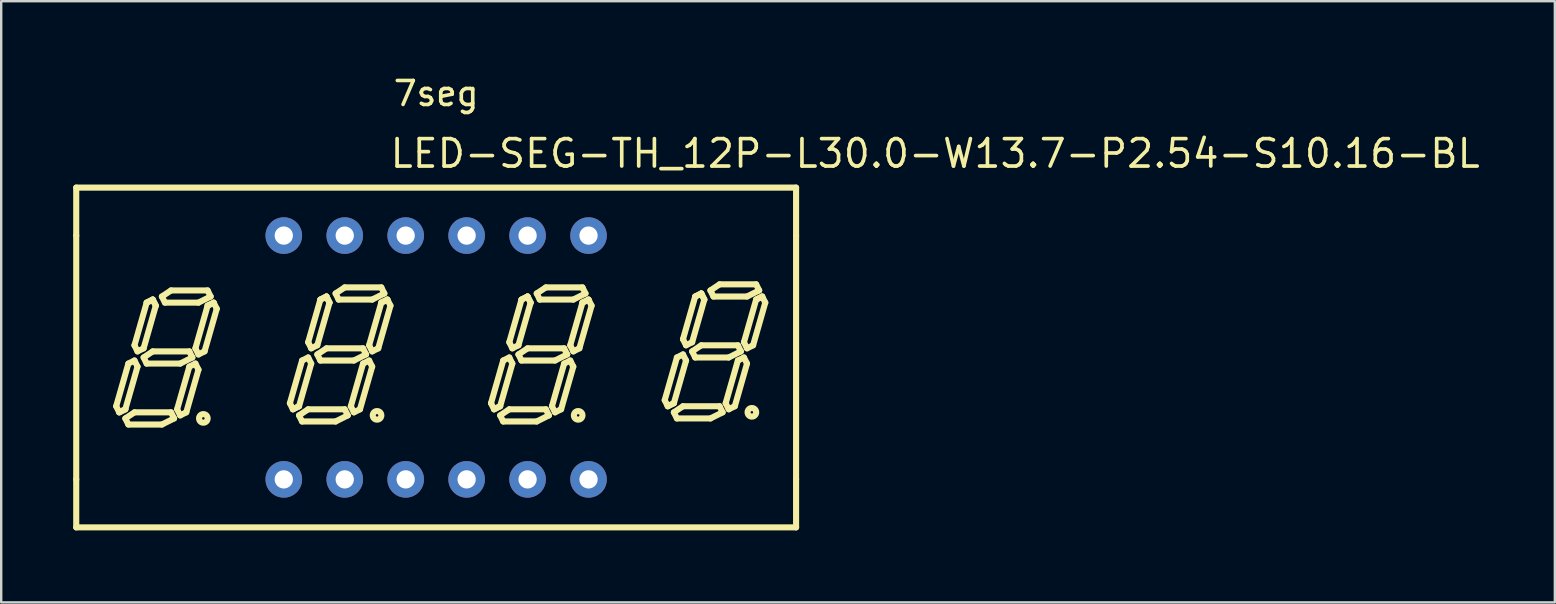
<source format=kicad_pcb>
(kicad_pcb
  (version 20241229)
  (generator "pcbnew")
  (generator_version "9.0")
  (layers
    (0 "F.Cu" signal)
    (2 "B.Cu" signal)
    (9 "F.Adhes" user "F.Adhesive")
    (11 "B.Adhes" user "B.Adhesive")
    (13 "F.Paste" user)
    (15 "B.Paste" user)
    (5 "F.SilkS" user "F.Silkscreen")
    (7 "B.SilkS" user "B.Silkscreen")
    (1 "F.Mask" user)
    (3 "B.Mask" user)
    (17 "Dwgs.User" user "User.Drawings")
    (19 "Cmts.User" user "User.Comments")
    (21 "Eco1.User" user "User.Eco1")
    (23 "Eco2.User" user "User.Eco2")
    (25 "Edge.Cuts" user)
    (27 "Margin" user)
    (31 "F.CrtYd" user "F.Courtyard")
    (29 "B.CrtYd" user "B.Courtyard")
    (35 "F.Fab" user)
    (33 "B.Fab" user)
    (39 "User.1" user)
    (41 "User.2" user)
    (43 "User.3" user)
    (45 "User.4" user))
  (footprint "LED-SEG-TH_12P-L30.0-W13.7-P2.54-S10.16-BL"
    (layer "F.Cu")
    (at 15.127 11.848)
    (property "Reference" "LED-SEG-TH_12P-L30.0-W13.7-P2.54-S10.16-BL" (at -2 -8.5 0) (layer "F.SilkS") (effects (font (size 1.143 1.143) (thickness 0.152)) (justify left)))
    (attr through_hole)
    (fp_line (start -15 -7.08) (end 15 -7.08) (stroke (width 0.254) (type solid)) (layer "F.SilkS"))
    (fp_line (start -15 -5.08) (end -15 -7.08) (stroke (width 0.254) (type solid)) (layer "F.SilkS"))
    (fp_line (start -15 5.08) (end -15 -5.08) (stroke (width 0.254) (type solid)) (layer "F.SilkS"))
    (fp_line (start -15 7.08) (end -15 5.08) (stroke (width 0.254) (type solid)) (layer "F.SilkS"))
    (fp_line (start -13.335 2.032) (end -13.208 2.286) (stroke (width 0.254) (type solid)) (layer "F.SilkS"))
    (fp_line (start -13.208 2.286) (end -12.954 2.159) (stroke (width 0.254) (type solid)) (layer "F.SilkS"))
    (fp_line (start -13.208 2.286) (end -12.954 2.159) (stroke (width 0.254) (type solid)) (layer "F.SilkS"))
    (fp_line (start -12.954 2.159) (end -12.446 0.381) (stroke (width 0.254) (type solid)) (layer "F.SilkS"))
    (fp_line (start -12.954 2.54) (end -12.573 2.286) (stroke (width 0.254) (type solid)) (layer "F.SilkS"))
    (fp_line (start -12.827 0.254) (end -13.335 2.032) (stroke (width 0.254) (type solid)) (layer "F.SilkS"))
    (fp_line (start -12.827 2.794) (end -12.954 2.54) (stroke (width 0.254) (type solid)) (layer "F.SilkS"))
    (fp_line (start -12.573 -0.508) (end -12.446 -0.254) (stroke (width 0.254) (type solid)) (layer "F.SilkS"))
    (fp_line (start -12.573 0.127) (end -12.827 0.254) (stroke (width 0.254) (type solid)) (layer "F.SilkS"))
    (fp_line (start -12.573 2.286) (end -11.049 2.286) (stroke (width 0.254) (type solid)) (layer "F.SilkS"))
    (fp_line (start -12.446 -0.254) (end -12.192 -0.381) (stroke (width 0.254) (type solid)) (layer "F.SilkS"))
    (fp_line (start -12.446 0.381) (end -12.573 0.127) (stroke (width 0.254) (type solid)) (layer "F.SilkS"))
    (fp_line (start -12.192 -0.381) (end -11.684 -2.159) (stroke (width 0.254) (type solid)) (layer "F.SilkS"))
    (fp_line (start -12.192 0) (end -11.811 -0.254) (stroke (width 0.254) (type solid)) (layer "F.SilkS"))
    (fp_line (start -12.065 -2.286) (end -12.573 -0.508) (stroke (width 0.254) (type solid)) (layer "F.SilkS"))
    (fp_line (start -12.065 -2.286) (end -11.811 -2.413) (stroke (width 0.254) (type solid)) (layer "F.SilkS"))
    (fp_line (start -12.065 0.254) (end -12.192 0) (stroke (width 0.254) (type solid)) (layer "F.SilkS"))
    (fp_line (start -11.811 -2.413) (end -12.065 -2.286) (stroke (width 0.254) (type solid)) (layer "F.SilkS"))
    (fp_line (start -11.811 -2.413) (end -11.684 -2.159) (stroke (width 0.254) (type solid)) (layer "F.SilkS"))
    (fp_line (start -11.811 -0.254) (end -10.287 -0.254) (stroke (width 0.254) (type solid)) (layer "F.SilkS"))
    (fp_line (start -11.684 -2.159) (end -11.811 -2.413) (stroke (width 0.254) (type solid)) (layer "F.SilkS"))
    (fp_line (start -11.43 -2.54) (end -11.049 -2.794) (stroke (width 0.254) (type solid)) (layer "F.SilkS"))
    (fp_line (start -11.43 2.794) (end -12.827 2.794) (stroke (width 0.254) (type solid)) (layer "F.SilkS"))
    (fp_line (start -11.303 -2.286) (end -11.43 -2.54) (stroke (width 0.254) (type solid)) (layer "F.SilkS"))
    (fp_line (start -11.049 -2.794) (end -9.525 -2.794) (stroke (width 0.254) (type solid)) (layer "F.SilkS"))
    (fp_line (start -11.049 2.286) (end -10.922 2.54) (stroke (width 0.254) (type solid)) (layer "F.SilkS"))
    (fp_line (start -10.922 2.54) (end -11.43 2.794) (stroke (width 0.254) (type solid)) (layer "F.SilkS"))
    (fp_line (start -10.795 2.159) (end -10.668 2.413) (stroke (width 0.254) (type solid)) (layer "F.SilkS"))
    (fp_line (start -10.668 0.254) (end -12.065 0.254) (stroke (width 0.254) (type solid)) (layer "F.SilkS"))
    (fp_line (start -10.668 2.413) (end -10.414 2.286) (stroke (width 0.254) (type solid)) (layer "F.SilkS"))
    (fp_line (start -10.414 2.286) (end -9.906 0.508) (stroke (width 0.254) (type solid)) (layer "F.SilkS"))
    (fp_line (start -10.287 -0.254) (end -10.16 0) (stroke (width 0.254) (type solid)) (layer "F.SilkS"))
    (fp_line (start -10.287 0.381) (end -10.795 2.159) (stroke (width 0.254) (type solid)) (layer "F.SilkS"))
    (fp_line (start -10.16 0) (end -10.668 0.254) (stroke (width 0.254) (type solid)) (layer "F.SilkS"))
    (fp_line (start -10.033 -0.381) (end -9.525 -2.159) (stroke (width 0.254) (type solid)) (layer "F.SilkS"))
    (fp_line (start -10.033 0.254) (end -10.287 0.381) (stroke (width 0.254) (type solid)) (layer "F.SilkS"))
    (fp_line (start -9.906 -2.286) (end -11.303 -2.286) (stroke (width 0.254) (type solid)) (layer "F.SilkS"))
    (fp_line (start -9.906 -0.127) (end -10.033 -0.381) (stroke (width 0.254) (type solid)) (layer "F.SilkS"))
    (fp_line (start -9.906 0.508) (end -10.033 0.254) (stroke (width 0.254) (type solid)) (layer "F.SilkS"))
    (fp_line (start -9.652 -0.254) (end -9.906 -0.127) (stroke (width 0.254) (type solid)) (layer "F.SilkS"))
    (fp_line (start -9.525 -2.794) (end -9.398 -2.54) (stroke (width 0.254) (type solid)) (layer "F.SilkS"))
    (fp_line (start -9.525 -2.159) (end -9.271 -2.286) (stroke (width 0.254) (type solid)) (layer "F.SilkS"))
    (fp_line (start -9.398 -2.54) (end -9.906 -2.286) (stroke (width 0.254) (type solid)) (layer "F.SilkS"))
    (fp_line (start -9.271 -2.286) (end -9.525 -2.159) (stroke (width 0.254) (type solid)) (layer "F.SilkS"))
    (fp_line (start -9.271 -2.286) (end -9.144 -2.032) (stroke (width 0.254) (type solid)) (layer "F.SilkS"))
    (fp_line (start -9.144 -2.032) (end -9.652 -0.254) (stroke (width 0.254) (type solid)) (layer "F.SilkS"))
    (fp_line (start -6.096 1.905) (end -5.969 2.159) (stroke (width 0.254) (type solid)) (layer "F.SilkS"))
    (fp_line (start -5.969 2.159) (end -5.715 2.032) (stroke (width 0.254) (type solid)) (layer "F.SilkS"))
    (fp_line (start -5.969 2.159) (end -5.715 2.032) (stroke (width 0.254) (type solid)) (layer "F.SilkS"))
    (fp_line (start -5.715 2.032) (end -5.207 0.254) (stroke (width 0.254) (type solid)) (layer "F.SilkS"))
    (fp_line (start -5.715 2.413) (end -5.334 2.159) (stroke (width 0.254) (type solid)) (layer "F.SilkS"))
    (fp_line (start -5.588 0.127) (end -6.096 1.905) (stroke (width 0.254) (type solid)) (layer "F.SilkS"))
    (fp_line (start -5.588 2.667) (end -5.715 2.413) (stroke (width 0.254) (type solid)) (layer "F.SilkS"))
    (fp_line (start -5.334 -0.635) (end -5.207 -0.381) (stroke (width 0.254) (type solid)) (layer "F.SilkS"))
    (fp_line (start -5.334 0) (end -5.588 0.127) (stroke (width 0.254) (type solid)) (layer "F.SilkS"))
    (fp_line (start -5.334 2.159) (end -3.81 2.159) (stroke (width 0.254) (type solid)) (layer "F.SilkS"))
    (fp_line (start -5.207 -0.381) (end -4.953 -0.508) (stroke (width 0.254) (type solid)) (layer "F.SilkS"))
    (fp_line (start -5.207 0.254) (end -5.334 0) (stroke (width 0.254) (type solid)) (layer "F.SilkS"))
    (fp_line (start -4.953 -0.508) (end -4.445 -2.286) (stroke (width 0.254) (type solid)) (layer "F.SilkS"))
    (fp_line (start -4.953 -0.127) (end -4.572 -0.381) (stroke (width 0.254) (type solid)) (layer "F.SilkS"))
    (fp_line (start -4.826 -2.413) (end -5.334 -0.635) (stroke (width 0.254) (type solid)) (layer "F.SilkS"))
    (fp_line (start -4.826 0.127) (end -4.953 -0.127) (stroke (width 0.254) (type solid)) (layer "F.SilkS"))
    (fp_line (start -4.572 -2.54) (end -4.826 -2.413) (stroke (width 0.254) (type solid)) (layer "F.SilkS"))
    (fp_line (start -4.572 -2.54) (end -4.826 -2.413) (stroke (width 0.254) (type solid)) (layer "F.SilkS"))
    (fp_line (start -4.572 -0.381) (end -3.048 -0.381) (stroke (width 0.254) (type solid)) (layer "F.SilkS"))
    (fp_line (start -4.445 -2.286) (end -4.572 -2.54) (stroke (width 0.254) (type solid)) (layer "F.SilkS"))
    (fp_line (start -4.445 -2.286) (end -4.572 -2.54) (stroke (width 0.254) (type solid)) (layer "F.SilkS"))
    (fp_line (start -4.191 -2.667) (end -3.81 -2.921) (stroke (width 0.254) (type solid)) (layer "F.SilkS"))
    (fp_line (start -4.191 2.667) (end -5.588 2.667) (stroke (width 0.254) (type solid)) (layer "F.SilkS"))
    (fp_line (start -4.064 -2.413) (end -4.191 -2.667) (stroke (width 0.254) (type solid)) (layer "F.SilkS"))
    (fp_line (start -3.81 -2.921) (end -2.286 -2.921) (stroke (width 0.254) (type solid)) (layer "F.SilkS"))
    (fp_line (start -3.81 2.159) (end -3.683 2.413) (stroke (width 0.254) (type solid)) (layer "F.SilkS"))
    (fp_line (start -3.683 2.413) (end -4.191 2.667) (stroke (width 0.254) (type solid)) (layer "F.SilkS"))
    (fp_line (start -3.556 2.032) (end -3.429 2.286) (stroke (width 0.254) (type solid)) (layer "F.SilkS"))
    (fp_line (start -3.429 0.127) (end -4.826 0.127) (stroke (width 0.254) (type solid)) (layer "F.SilkS"))
    (fp_line (start -3.429 2.286) (end -3.175 2.159) (stroke (width 0.254) (type solid)) (layer "F.SilkS"))
    (fp_line (start -3.175 2.159) (end -2.667 0.381) (stroke (width 0.254) (type solid)) (layer "F.SilkS"))
    (fp_line (start -3.048 -0.381) (end -2.921 -0.127) (stroke (width 0.254) (type solid)) (layer "F.SilkS"))
    (fp_line (start -3.048 0.254) (end -3.556 2.032) (stroke (width 0.254) (type solid)) (layer "F.SilkS"))
    (fp_line (start -2.921 -0.127) (end -3.429 0.127) (stroke (width 0.254) (type solid)) (layer "F.SilkS"))
    (fp_line (start -2.794 -0.508) (end -2.667 -0.254) (stroke (width 0.254) (type solid)) (layer "F.SilkS"))
    (fp_line (start -2.794 0.127) (end -3.048 0.254) (stroke (width 0.254) (type solid)) (layer "F.SilkS"))
    (fp_line (start -2.667 -2.413) (end -4.064 -2.413) (stroke (width 0.254) (type solid)) (layer "F.SilkS"))
    (fp_line (start -2.667 -0.254) (end -2.413 -0.381) (stroke (width 0.254) (type solid)) (layer "F.SilkS"))
    (fp_line (start -2.667 0.381) (end -2.794 0.127) (stroke (width 0.254) (type solid)) (layer "F.SilkS"))
    (fp_line (start -2.413 -0.381) (end -1.905 -2.159) (stroke (width 0.254) (type solid)) (layer "F.SilkS"))
    (fp_line (start -2.286 -2.921) (end -2.159 -2.667) (stroke (width 0.254) (type solid)) (layer "F.SilkS"))
    (fp_line (start -2.286 -2.286) (end -2.794 -0.508) (stroke (width 0.254) (type solid)) (layer "F.SilkS"))
    (fp_line (start -2.286 -2.286) (end -2.032 -2.413) (stroke (width 0.254) (type solid)) (layer "F.SilkS"))
    (fp_line (start -2.159 -2.667) (end -2.667 -2.413) (stroke (width 0.254) (type solid)) (layer "F.SilkS"))
    (fp_line (start -2.032 -2.413) (end -2.286 -2.286) (stroke (width 0.254) (type solid)) (layer "F.SilkS"))
    (fp_line (start -1.905 -2.159) (end -2.032 -2.413) (stroke (width 0.254) (type solid)) (layer "F.SilkS"))
    (fp_line (start 2.286 1.905) (end 2.413 2.159) (stroke (width 0.254) (type solid)) (layer "F.SilkS"))
    (fp_line (start 2.413 2.159) (end 2.667 2.032) (stroke (width 0.254) (type solid)) (layer "F.SilkS"))
    (fp_line (start 2.413 2.159) (end 2.667 2.032) (stroke (width 0.254) (type solid)) (layer "F.SilkS"))
    (fp_line (start 2.667 2.032) (end 3.175 0.254) (stroke (width 0.254) (type solid)) (layer "F.SilkS"))
    (fp_line (start 2.667 2.413) (end 3.048 2.159) (stroke (width 0.254) (type solid)) (layer "F.SilkS"))
    (fp_line (start 2.794 0.127) (end 2.286 1.905) (stroke (width 0.254) (type solid)) (layer "F.SilkS"))
    (fp_line (start 2.794 2.667) (end 2.667 2.413) (stroke (width 0.254) (type solid)) (layer "F.SilkS"))
    (fp_line (start 3.048 -0.635) (end 3.175 -0.381) (stroke (width 0.254) (type solid)) (layer "F.SilkS"))
    (fp_line (start 3.048 0) (end 2.794 0.127) (stroke (width 0.254) (type solid)) (layer "F.SilkS"))
    (fp_line (start 3.048 2.159) (end 4.572 2.159) (stroke (width 0.254) (type solid)) (layer "F.SilkS"))
    (fp_line (start 3.175 -0.381) (end 3.429 -0.508) (stroke (width 0.254) (type solid)) (layer "F.SilkS"))
    (fp_line (start 3.175 0.254) (end 3.048 0) (stroke (width 0.254) (type solid)) (layer "F.SilkS"))
    (fp_line (start 3.429 -0.508) (end 3.937 -2.286) (stroke (width 0.254) (type solid)) (layer "F.SilkS"))
    (fp_line (start 3.429 -0.127) (end 3.81 -0.381) (stroke (width 0.254) (type solid)) (layer "F.SilkS"))
    (fp_line (start 3.556 -2.413) (end 3.048 -0.635) (stroke (width 0.254) (type solid)) (layer "F.SilkS"))
    (fp_line (start 3.556 -2.413) (end 3.81 -2.54) (stroke (width 0.254) (type solid)) (layer "F.SilkS"))
    (fp_line (start 3.556 0.127) (end 3.429 -0.127) (stroke (width 0.254) (type solid)) (layer "F.SilkS"))
    (fp_line (start 3.81 -2.54) (end 3.556 -2.413) (stroke (width 0.254) (type solid)) (layer "F.SilkS"))
    (fp_line (start 3.81 -2.54) (end 3.937 -2.286) (stroke (width 0.254) (type solid)) (layer "F.SilkS"))
    (fp_line (start 3.81 -0.381) (end 5.334 -0.381) (stroke (width 0.254) (type solid)) (layer "F.SilkS"))
    (fp_line (start 3.937 -2.286) (end 3.81 -2.54) (stroke (width 0.254) (type solid)) (layer "F.SilkS"))
    (fp_line (start 4.191 -2.667) (end 4.572 -2.921) (stroke (width 0.254) (type solid)) (layer "F.SilkS"))
    (fp_line (start 4.191 2.667) (end 2.794 2.667) (stroke (width 0.254) (type solid)) (layer "F.SilkS"))
    (fp_line (start 4.318 -2.413) (end 4.191 -2.667) (stroke (width 0.254) (type solid)) (layer "F.SilkS"))
    (fp_line (start 4.572 -2.921) (end 6.096 -2.921) (stroke (width 0.254) (type solid)) (layer "F.SilkS"))
    (fp_line (start 4.572 2.159) (end 4.699 2.413) (stroke (width 0.254) (type solid)) (layer "F.SilkS"))
    (fp_line (start 4.699 2.413) (end 4.191 2.667) (stroke (width 0.254) (type solid)) (layer "F.SilkS"))
    (fp_line (start 4.826 2.032) (end 4.953 2.286) (stroke (width 0.254) (type solid)) (layer "F.SilkS"))
    (fp_line (start 4.953 0.127) (end 3.556 0.127) (stroke (width 0.254) (type solid)) (layer "F.SilkS"))
    (fp_line (start 4.953 2.286) (end 5.207 2.159) (stroke (width 0.254) (type solid)) (layer "F.SilkS"))
    (fp_line (start 5.207 2.159) (end 5.715 0.381) (stroke (width 0.254) (type solid)) (layer "F.SilkS"))
    (fp_line (start 5.334 -0.381) (end 5.461 -0.127) (stroke (width 0.254) (type solid)) (layer "F.SilkS"))
    (fp_line (start 5.334 0.254) (end 4.826 2.032) (stroke (width 0.254) (type solid)) (layer "F.SilkS"))
    (fp_line (start 5.461 -0.127) (end 4.953 0.127) (stroke (width 0.254) (type solid)) (layer "F.SilkS"))
    (fp_line (start 5.588 -0.508) (end 6.096 -2.286) (stroke (width 0.254) (type solid)) (layer "F.SilkS"))
    (fp_line (start 5.588 0.127) (end 5.334 0.254) (stroke (width 0.254) (type solid)) (layer "F.SilkS"))
    (fp_line (start 5.715 -2.413) (end 4.318 -2.413) (stroke (width 0.254) (type solid)) (layer "F.SilkS"))
    (fp_line (start 5.715 -0.254) (end 5.588 -0.508) (stroke (width 0.254) (type solid)) (layer "F.SilkS"))
    (fp_line (start 5.715 0.381) (end 5.588 0.127) (stroke (width 0.254) (type solid)) (layer "F.SilkS"))
    (fp_line (start 5.969 -0.381) (end 5.715 -0.254) (stroke (width 0.254) (type solid)) (layer "F.SilkS"))
    (fp_line (start 6.096 -2.921) (end 6.223 -2.667) (stroke (width 0.254) (type solid)) (layer "F.SilkS"))
    (fp_line (start 6.096 -2.286) (end 6.35 -2.413) (stroke (width 0.254) (type solid)) (layer "F.SilkS"))
    (fp_line (start 6.223 -2.667) (end 5.715 -2.413) (stroke (width 0.254) (type solid)) (layer "F.SilkS"))
    (fp_line (start 6.35 -2.413) (end 6.096 -2.286) (stroke (width 0.254) (type solid)) (layer "F.SilkS"))
    (fp_line (start 6.35 -2.413) (end 6.477 -2.159) (stroke (width 0.254) (type solid)) (layer "F.SilkS"))
    (fp_line (start 6.477 -2.159) (end 5.969 -0.381) (stroke (width 0.254) (type solid)) (layer "F.SilkS"))
    (fp_line (start 9.525 1.778) (end 9.652 2.032) (stroke (width 0.254) (type solid)) (layer "F.SilkS"))
    (fp_line (start 9.652 2.032) (end 9.906 1.905) (stroke (width 0.254) (type solid)) (layer "F.SilkS"))
    (fp_line (start 9.652 2.032) (end 9.906 1.905) (stroke (width 0.254) (type solid)) (layer "F.SilkS"))
    (fp_line (start 9.906 1.905) (end 10.414 0.127) (stroke (width 0.254) (type solid)) (layer "F.SilkS"))
    (fp_line (start 9.906 2.286) (end 10.287 2.032) (stroke (width 0.254) (type solid)) (layer "F.SilkS"))
    (fp_line (start 10.033 0) (end 9.525 1.778) (stroke (width 0.254) (type solid)) (layer "F.SilkS"))
    (fp_line (start 10.033 2.54) (end 9.906 2.286) (stroke (width 0.254) (type solid)) (layer "F.SilkS"))
    (fp_line (start 10.287 -0.762) (end 10.414 -0.508) (stroke (width 0.254) (type solid)) (layer "F.SilkS"))
    (fp_line (start 10.287 -0.127) (end 10.033 0) (stroke (width 0.254) (type solid)) (layer "F.SilkS"))
    (fp_line (start 10.287 2.032) (end 11.811 2.032) (stroke (width 0.254) (type solid)) (layer "F.SilkS"))
    (fp_line (start 10.414 -0.508) (end 10.668 -0.635) (stroke (width 0.254) (type solid)) (layer "F.SilkS"))
    (fp_line (start 10.414 0.127) (end 10.287 -0.127) (stroke (width 0.254) (type solid)) (layer "F.SilkS"))
    (fp_line (start 10.668 -0.635) (end 11.176 -2.413) (stroke (width 0.254) (type solid)) (layer "F.SilkS"))
    (fp_line (start 10.668 -0.254) (end 11.049 -0.508) (stroke (width 0.254) (type solid)) (layer "F.SilkS"))
    (fp_line (start 10.795 -2.54) (end 10.287 -0.762) (stroke (width 0.254) (type solid)) (layer "F.SilkS"))
    (fp_line (start 10.795 0) (end 10.668 -0.254) (stroke (width 0.254) (type solid)) (layer "F.SilkS"))
    (fp_line (start 11.049 -2.667) (end 10.795 -2.54) (stroke (width 0.254) (type solid)) (layer "F.SilkS"))
    (fp_line (start 11.049 -2.667) (end 10.795 -2.54) (stroke (width 0.254) (type solid)) (layer "F.SilkS"))
    (fp_line (start 11.049 -0.508) (end 12.573 -0.508) (stroke (width 0.254) (type solid)) (layer "F.SilkS"))
    (fp_line (start 11.176 -2.413) (end 11.049 -2.667) (stroke (width 0.254) (type solid)) (layer "F.SilkS"))
    (fp_line (start 11.176 -2.413) (end 11.049 -2.667) (stroke (width 0.254) (type solid)) (layer "F.SilkS"))
    (fp_line (start 11.43 -2.794) (end 11.811 -3.048) (stroke (width 0.254) (type solid)) (layer "F.SilkS"))
    (fp_line (start 11.43 2.54) (end 10.033 2.54) (stroke (width 0.254) (type solid)) (layer "F.SilkS"))
    (fp_line (start 11.557 -2.54) (end 11.43 -2.794) (stroke (width 0.254) (type solid)) (layer "F.SilkS"))
    (fp_line (start 11.811 -3.048) (end 13.335 -3.048) (stroke (width 0.254) (type solid)) (layer "F.SilkS"))
    (fp_line (start 11.811 2.032) (end 11.938 2.286) (stroke (width 0.254) (type solid)) (layer "F.SilkS"))
    (fp_line (start 11.938 2.286) (end 11.43 2.54) (stroke (width 0.254) (type solid)) (layer "F.SilkS"))
    (fp_line (start 12.065 1.905) (end 12.192 2.159) (stroke (width 0.254) (type solid)) (layer "F.SilkS"))
    (fp_line (start 12.192 0) (end 10.795 0) (stroke (width 0.254) (type solid)) (layer "F.SilkS"))
    (fp_line (start 12.192 2.159) (end 12.446 2.032) (stroke (width 0.254) (type solid)) (layer "F.SilkS"))
    (fp_line (start 12.446 2.032) (end 12.954 0.254) (stroke (width 0.254) (type solid)) (layer "F.SilkS"))
    (fp_line (start 12.573 -0.508) (end 12.7 -0.254) (stroke (width 0.254) (type solid)) (layer "F.SilkS"))
    (fp_line (start 12.573 0.127) (end 12.065 1.905) (stroke (width 0.254) (type solid)) (layer "F.SilkS"))
    (fp_line (start 12.7 -0.254) (end 12.192 0) (stroke (width 0.254) (type solid)) (layer "F.SilkS"))
    (fp_line (start 12.827 -0.635) (end 12.954 -0.381) (stroke (width 0.254) (type solid)) (layer "F.SilkS"))
    (fp_line (start 12.827 0) (end 12.573 0.127) (stroke (width 0.254) (type solid)) (layer "F.SilkS"))
    (fp_line (start 12.954 -2.54) (end 11.557 -2.54) (stroke (width 0.254) (type solid)) (layer "F.SilkS"))
    (fp_line (start 12.954 -0.381) (end 13.208 -0.508) (stroke (width 0.254) (type solid)) (layer "F.SilkS"))
    (fp_line (start 12.954 0.254) (end 12.827 0) (stroke (width 0.254) (type solid)) (layer "F.SilkS"))
    (fp_line (start 13.208 -0.508) (end 13.716 -2.286) (stroke (width 0.254) (type solid)) (layer "F.SilkS"))
    (fp_line (start 13.335 -3.048) (end 13.462 -2.794) (stroke (width 0.254) (type solid)) (layer "F.SilkS"))
    (fp_line (start 13.335 -2.413) (end 12.827 -0.635) (stroke (width 0.254) (type solid)) (layer "F.SilkS"))
    (fp_line (start 13.335 -2.413) (end 13.589 -2.54) (stroke (width 0.254) (type solid)) (layer "F.SilkS"))
    (fp_line (start 13.462 -2.794) (end 12.954 -2.54) (stroke (width 0.254) (type solid)) (layer "F.SilkS"))
    (fp_line (start 13.589 -2.54) (end 13.335 -2.413) (stroke (width 0.254) (type solid)) (layer "F.SilkS"))
    (fp_line (start 13.716 -2.286) (end 13.589 -2.54) (stroke (width 0.254) (type solid)) (layer "F.SilkS"))
    (fp_line (start 15 -7.08) (end 15 -5.08) (stroke (width 0.254) (type solid)) (layer "F.SilkS"))
    (fp_line (start 15 -5.08) (end 15 5.08) (stroke (width 0.254) (type solid)) (layer "F.SilkS"))
    (fp_line (start 15 5.08) (end 15 7.08) (stroke (width 0.254) (type solid)) (layer "F.SilkS"))
    (fp_line (start 15 7.08) (end -15 7.08) (stroke (width 0.254) (type solid)) (layer "F.SilkS"))
    (fp_arc (start -9.7 2.36) (mid -9.703468 2.718025) (end -9.705065 2.359987) (stroke (width 0.254) (type solid)) (layer "F.SilkS"))
    (fp_arc (start -2.461 2.233) (mid -2.464468 2.591025) (end -2.466065 2.232987) (stroke (width 0.254) (type solid)) (layer "F.SilkS"))
    (fp_arc (start 5.921 2.233) (mid 5.917532 2.591025) (end 5.915935 2.232987) (stroke (width 0.254) (type solid)) (layer "F.SilkS"))
    (fp_arc (start 13.16 2.106) (mid 13.156532 2.464025) (end 13.154935 2.105987) (stroke (width 0.254) (type solid)) (layer "F.SilkS"))
    (fp_text user "7seg" (at 0 -11 0) (layer "F.SilkS") (effects (font (size 1 1) (thickness 0.15))))
    (pad "1" thru_hole circle (at -6.35 5.08) (size 1.524 1.524) (drill 0.762) (layers "*.Cu" "*.Mask"))
    (pad "2" thru_hole circle (at -3.81 5.08) (size 1.524 1.524) (drill 0.762) (layers "*.Cu" "*.Mask"))
    (pad "3" thru_hole circle (at -1.27 5.08) (size 1.524 1.524) (drill 0.762) (layers "*.Cu" "*.Mask"))
    (pad "4" thru_hole circle (at 1.27 5.08) (size 1.524 1.524) (drill 0.762) (layers "*.Cu" "*.Mask"))
    (pad "5" thru_hole circle (at 3.81 5.08) (size 1.524 1.524) (drill 0.762) (layers "*.Cu" "*.Mask"))
    (pad "6" thru_hole circle (at 6.35 5.08) (size 1.524 1.524) (drill 0.762) (layers "*.Cu" "*.Mask"))
    (pad "7" thru_hole circle (at 6.35 -5.08) (size 1.524 1.524) (drill 0.762) (layers "*.Cu" "*.Mask"))
    (pad "8" thru_hole circle (at 3.81 -5.08) (size 1.524 1.524) (drill 0.762) (layers "*.Cu" "*.Mask"))
    (pad "9" thru_hole circle (at 1.27 -5.08) (size 1.524 1.524) (drill 0.762) (layers "*.Cu" "*.Mask"))
    (pad "10" thru_hole circle (at -1.27 -5.08) (size 1.524 1.524) (drill 0.762) (layers "*.Cu" "*.Mask"))
    (pad "11" thru_hole circle (at -3.81 -5.08) (size 1.524 1.524) (drill 0.762) (layers "*.Cu" "*.Mask"))
    (pad "12" thru_hole circle (at -6.35 -5.08) (size 1.524 1.524) (drill 0.762) (layers "*.Cu" "*.Mask")))
  (gr_rect
    (start -3 -3)
    (end 61.748 22.055)
    (stroke (width 0.1) (type default))
    (fill no)
    (layer "Edge.Cuts")))
</source>
